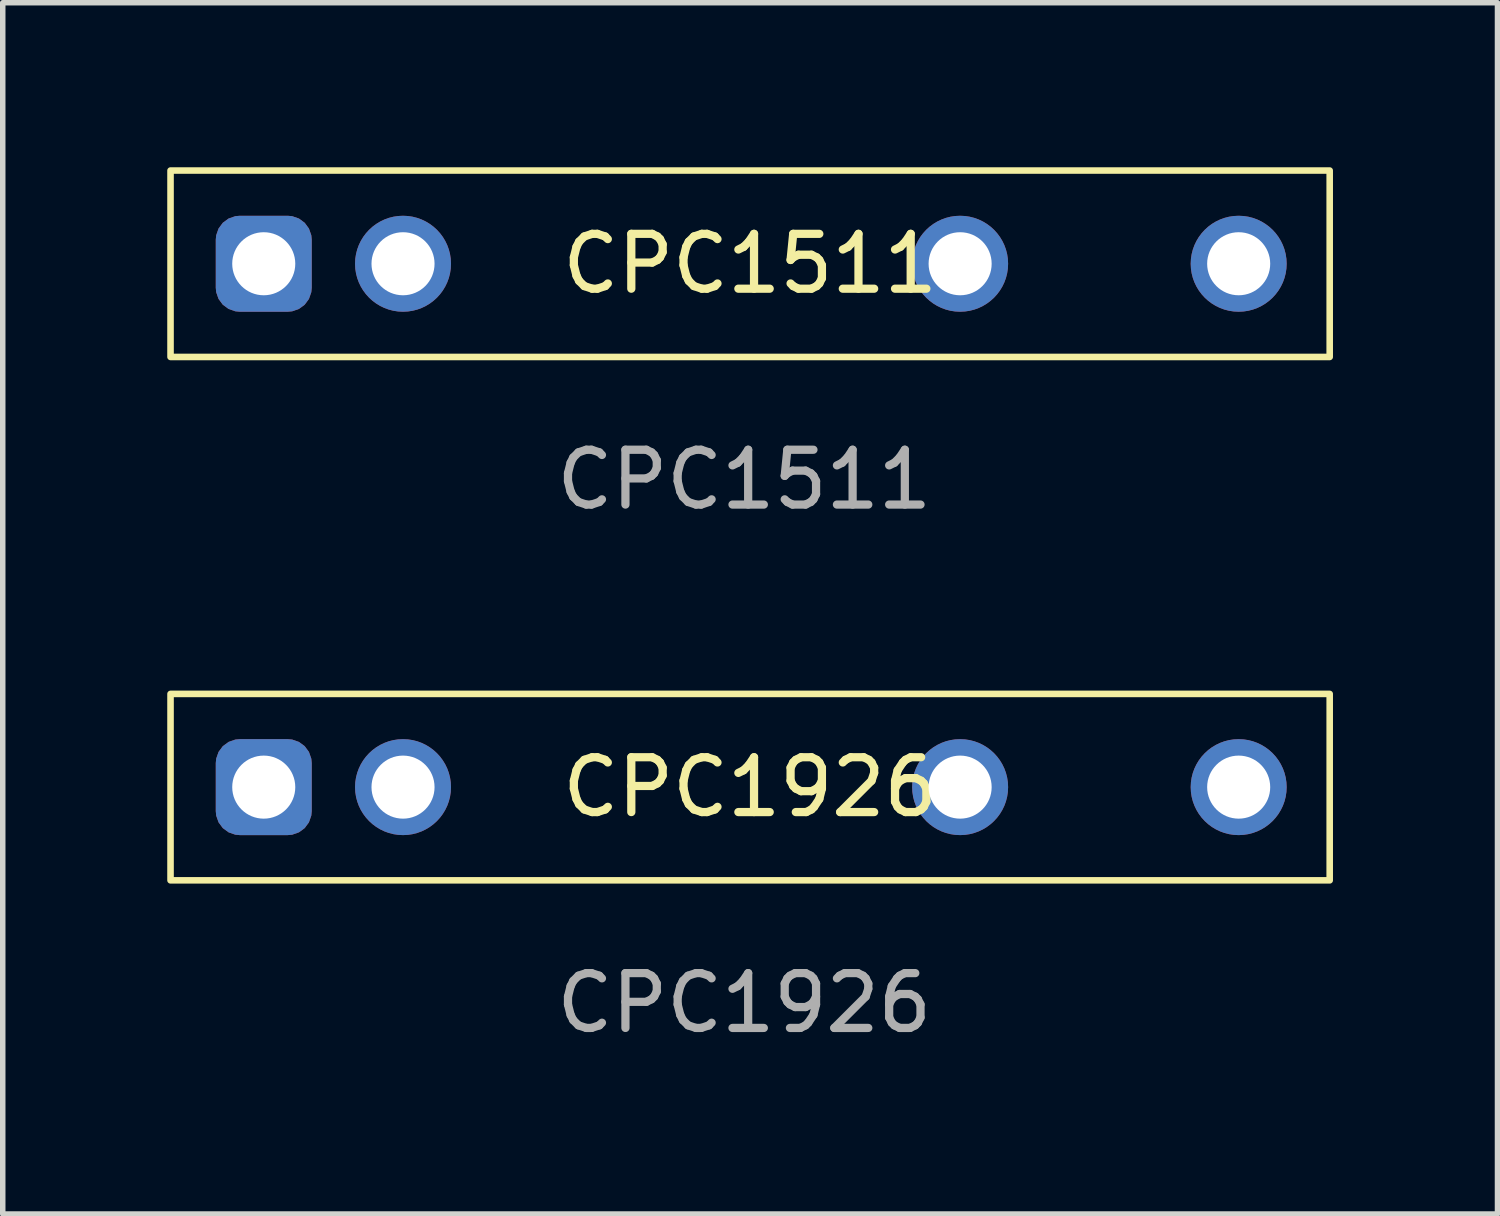
<source format=kicad_pcb>
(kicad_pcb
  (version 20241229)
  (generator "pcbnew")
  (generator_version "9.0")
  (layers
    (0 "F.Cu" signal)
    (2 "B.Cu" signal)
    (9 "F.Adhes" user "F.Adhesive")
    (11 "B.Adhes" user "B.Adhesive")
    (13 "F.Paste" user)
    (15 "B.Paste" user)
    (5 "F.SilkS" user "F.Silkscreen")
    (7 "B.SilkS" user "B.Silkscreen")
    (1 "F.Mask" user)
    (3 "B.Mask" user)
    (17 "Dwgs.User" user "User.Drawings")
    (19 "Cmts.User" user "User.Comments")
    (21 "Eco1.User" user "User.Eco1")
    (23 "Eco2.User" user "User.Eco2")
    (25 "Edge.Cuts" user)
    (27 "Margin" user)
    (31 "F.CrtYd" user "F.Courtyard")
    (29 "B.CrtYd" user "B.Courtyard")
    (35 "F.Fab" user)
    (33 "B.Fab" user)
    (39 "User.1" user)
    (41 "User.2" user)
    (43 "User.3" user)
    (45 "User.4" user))
  (footprint "CPC1926"
    (layer "F.Cu")
    (at 1.76 11.305)
    (property "Reference" "CPC1926" (at 8.87 0 0) (unlocked yes) (layer "F.SilkS") (effects (font (size 1 1) (thickness 0.15))))
    (attr through_hole)
    (fp_rect (start -1.7 -1.7) (end 19.44 1.7) (stroke (width 0.12) (type default)) (fill no) (layer "F.SilkS"))
    (fp_text user "${REFERENCE}" (at 8.763 3.937 0) (unlocked yes) (layer "F.Fab") (effects (font (size 1 1) (thickness 0.15))))
    (pad "1" thru_hole roundrect (at 0 0) (size 1.75 1.75) (drill 1.15) (layers "*.Cu" "*.Mask") (roundrect_rratio 0.25))
    (pad "2" thru_hole circle (at 2.54 0) (size 1.75 1.75) (drill 1.15) (layers "*.Cu" "*.Mask"))
    (pad "3" thru_hole circle (at 12.7 0) (size 1.75 1.75) (drill 1.15) (layers "*.Cu" "*.Mask"))
    (pad "4" thru_hole circle (at 17.78 0) (size 1.75 1.75) (drill 1.15) (layers "*.Cu" "*.Mask")))
  (footprint "CPC1511"
    (layer "F.Cu")
    (at 1.76 1.76)
    (property "Reference" "CPC1511" (at 8.87 0 0) (unlocked yes) (layer "F.SilkS") (effects (font (size 1 1) (thickness 0.15))))
    (attr through_hole)
    (fp_rect (start -1.7 -1.7) (end 19.44 1.7) (stroke (width 0.12) (type default)) (fill no) (layer "F.SilkS"))
    (fp_text user "${REFERENCE}" (at 8.763 3.937 0) (unlocked yes) (layer "F.Fab") (effects (font (size 1 1) (thickness 0.15))))
    (pad "1" thru_hole roundrect (at 0 0) (size 1.75 1.75) (drill 1.15) (layers "*.Cu" "*.Mask") (roundrect_rratio 0.25))
    (pad "2" thru_hole circle (at 2.54 0) (size 1.75 1.75) (drill 1.15) (layers "*.Cu" "*.Mask"))
    (pad "3" thru_hole circle (at 12.7 0) (size 1.75 1.75) (drill 1.15) (layers "*.Cu" "*.Mask"))
    (pad "4" thru_hole circle (at 17.78 0) (size 1.75 1.75) (drill 1.15) (layers "*.Cu" "*.Mask")))
  (gr_rect
    (start -3 -3)
    (end 24.26 19.09)
    (stroke (width 0.1) (type default))
    (fill no)
    (layer "Edge.Cuts")))
</source>
